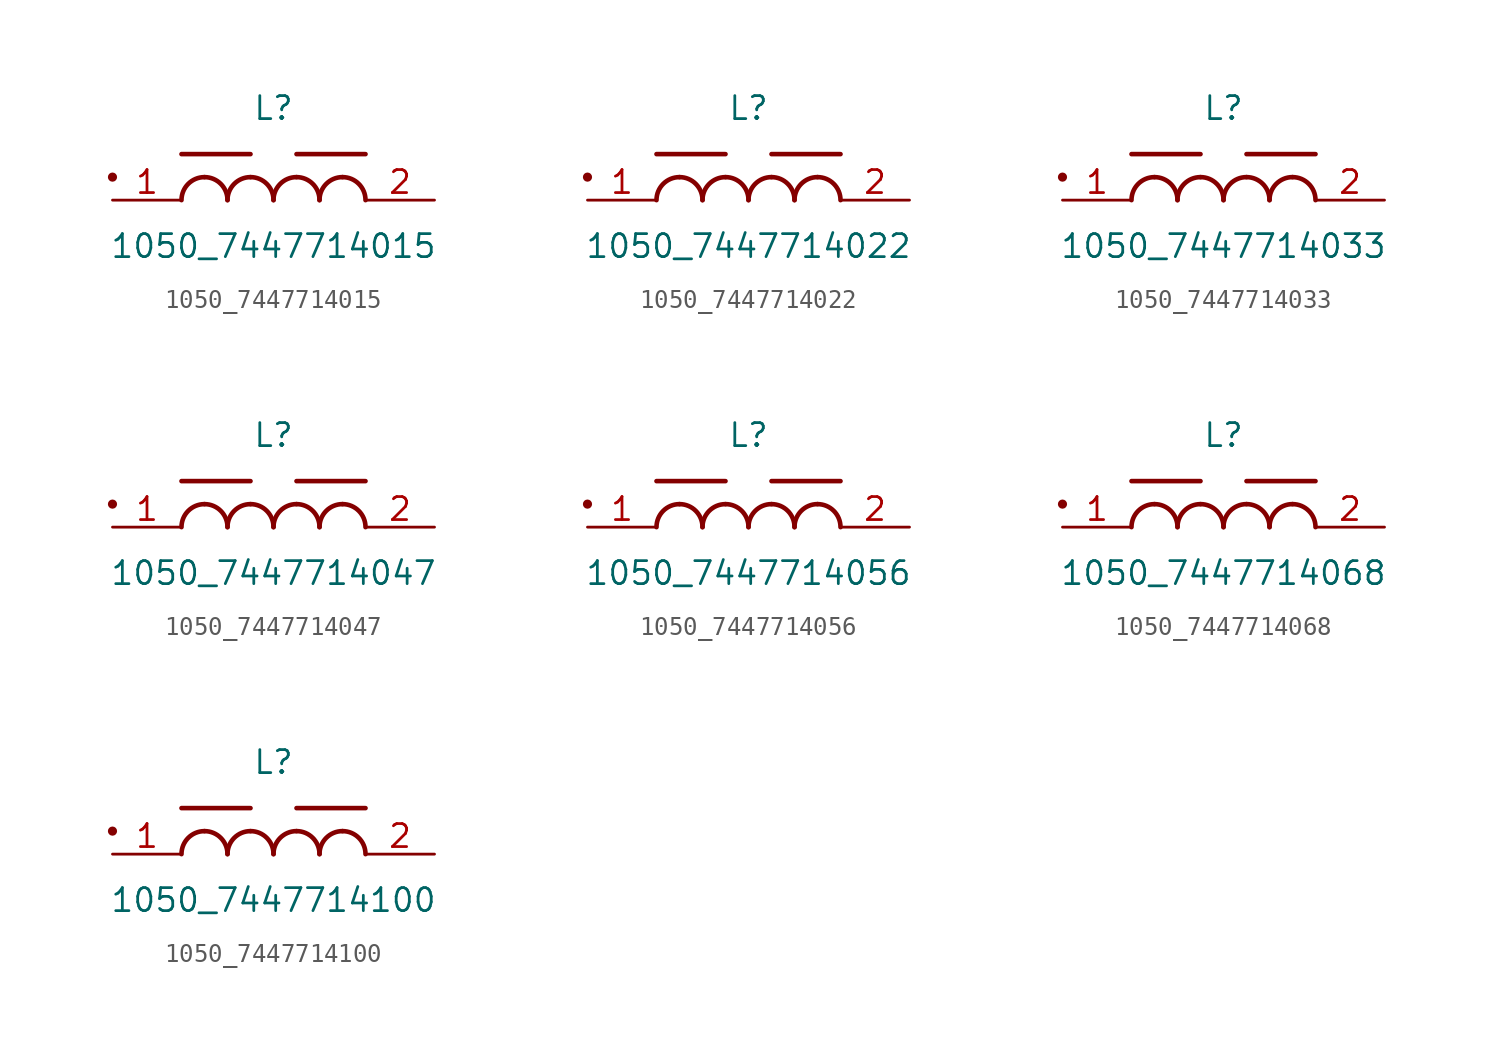
<source format=kicad_sym>
(kicad_symbol_lib
  (version 20211014)
  (generator kicad_symbol_editor)
  (symbol "Inductor_Wurth_WE-PD:1050_7447714015"
    (pin_names hide)
    (property "Reference" "L"
      (at 0 5.08 0)
      (effects (font (size 1.27 1.27))))
    (property "Value" "1050_7447714015"
      (at 0 -2.54 0)
      (effects (font (size 1.27 1.27))))
    (symbol "1050_7447714015_0_1"
      (circle (center -8.89 1.27) (radius 0.0001) (stroke (width 0.254)) (stroke (width 0.254) (type default) (color 0 0 0 0)) (fill (type none)))
      (arc (start -3.81 1.27) (mid -4.708 0.898) (end -5.08 0) (stroke (width 0.254) (type default) (color 0 0 0 0)) (fill (type none)))
      (arc (start -2.54 0) (mid -2.912 0.898) (end -3.81 1.27) (stroke (width 0.254) (type default) (color 0 0 0 0)) (fill (type none)))
      (arc (start -1.2699 1.2701) (mid -2.1679 0.8981) (end -2.5399 0.0001) (stroke (width 0.254) (type default) (color 0 0 0 0)) (fill (type none)))
      (polyline (pts (xy -5.08 2.54) (xy -1.27 2.54)) (stroke (width 0.254) (type default) (color 0 0 0 0)) (fill (type none)))
      (polyline (pts (xy 5.08 2.54) (xy 1.27 2.54)) (stroke (width 0.254) (type default) (color 0 0 0 0)) (fill (type none)))
      (arc (start 0.0001 0.0001) (mid -0.3719 0.8981) (end -1.2699 1.2701) (stroke (width 0.254) (type default) (color 0 0 0 0)) (fill (type none)))
      (arc (start 1.2701 1.2701) (mid 0.3721 0.8981) (end 0.0001 0.0001) (stroke (width 0.254) (type default) (color 0 0 0 0)) (fill (type none)))
      (arc (start 2.5401 0.0001) (mid 2.1681 0.8981) (end 1.2701 1.2701) (stroke (width 0.254) (type default) (color 0 0 0 0)) (fill (type none)))
      (arc (start 3.8101 1.2701) (mid 2.9121 0.8981) (end 2.5401 0.0001) (stroke (width 0.254) (type default) (color 0 0 0 0)) (fill (type none)))
      (arc (start 5.0801 0.0001) (mid 4.7081 0.8981) (end 3.8101 1.2701) (stroke (width 0.254) (type default) (color 0 0 0 0)) (fill (type none))))
    (symbol "1050_7447714015_1_1"
      (pin passive line (at -8.89 0 0) (length 3.81) (name "1" (effects (font (size 1.27 1.27)))) (number "1" (effects (font (size 1.27 1.27)))))
      (pin passive line (at 8.89 0 180) (length 3.81) (name "2" (effects (font (size 1.27 1.27)))) (number "2" (effects (font (size 1.27 1.27)))))))
  (symbol "Inductor_Wurth_WE-PD:1050_7447714022"
    (pin_names hide)
    (property "Reference" "L"
      (at 0 5.08 0)
      (effects (font (size 1.27 1.27))))
    (property "Value" "1050_7447714022"
      (at 0 -2.54 0)
      (effects (font (size 1.27 1.27))))
    (symbol "1050_7447714022_0_1"
      (circle (center -8.89 1.27) (radius 0.0001) (stroke (width 0.254)) (stroke (width 0.254) (type default) (color 0 0 0 0)) (fill (type none)))
      (arc (start -3.81 1.27) (mid -4.708 0.898) (end -5.08 0) (stroke (width 0.254) (type default) (color 0 0 0 0)) (fill (type none)))
      (arc (start -2.54 0) (mid -2.912 0.898) (end -3.81 1.27) (stroke (width 0.254) (type default) (color 0 0 0 0)) (fill (type none)))
      (arc (start -1.2699 1.2701) (mid -2.1679 0.8981) (end -2.5399 0.0001) (stroke (width 0.254) (type default) (color 0 0 0 0)) (fill (type none)))
      (polyline (pts (xy -5.08 2.54) (xy -1.27 2.54)) (stroke (width 0.254) (type default) (color 0 0 0 0)) (fill (type none)))
      (polyline (pts (xy 5.08 2.54) (xy 1.27 2.54)) (stroke (width 0.254) (type default) (color 0 0 0 0)) (fill (type none)))
      (arc (start 0.0001 0.0001) (mid -0.3719 0.8981) (end -1.2699 1.2701) (stroke (width 0.254) (type default) (color 0 0 0 0)) (fill (type none)))
      (arc (start 1.2701 1.2701) (mid 0.3721 0.8981) (end 0.0001 0.0001) (stroke (width 0.254) (type default) (color 0 0 0 0)) (fill (type none)))
      (arc (start 2.5401 0.0001) (mid 2.1681 0.8981) (end 1.2701 1.2701) (stroke (width 0.254) (type default) (color 0 0 0 0)) (fill (type none)))
      (arc (start 3.8101 1.2701) (mid 2.9121 0.8981) (end 2.5401 0.0001) (stroke (width 0.254) (type default) (color 0 0 0 0)) (fill (type none)))
      (arc (start 5.0801 0.0001) (mid 4.7081 0.8981) (end 3.8101 1.2701) (stroke (width 0.254) (type default) (color 0 0 0 0)) (fill (type none))))
    (symbol "1050_7447714022_1_1"
      (pin passive line (at -8.89 0 0) (length 3.81) (name "1" (effects (font (size 1.27 1.27)))) (number "1" (effects (font (size 1.27 1.27)))))
      (pin passive line (at 8.89 0 180) (length 3.81) (name "2" (effects (font (size 1.27 1.27)))) (number "2" (effects (font (size 1.27 1.27)))))))
  (symbol "Inductor_Wurth_WE-PD:1050_7447714033"
    (pin_names hide)
    (property "Reference" "L"
      (at 0 5.08 0)
      (effects (font (size 1.27 1.27))))
    (property "Value" "1050_7447714033"
      (at 0 -2.54 0)
      (effects (font (size 1.27 1.27))))
    (symbol "1050_7447714033_0_1"
      (circle (center -8.89 1.27) (radius 0.0001) (stroke (width 0.254)) (stroke (width 0.254) (type default) (color 0 0 0 0)) (fill (type none)))
      (arc (start -3.81 1.27) (mid -4.708 0.898) (end -5.08 0) (stroke (width 0.254) (type default) (color 0 0 0 0)) (fill (type none)))
      (arc (start -2.54 0) (mid -2.912 0.898) (end -3.81 1.27) (stroke (width 0.254) (type default) (color 0 0 0 0)) (fill (type none)))
      (arc (start -1.2699 1.2701) (mid -2.1679 0.8981) (end -2.5399 0.0001) (stroke (width 0.254) (type default) (color 0 0 0 0)) (fill (type none)))
      (polyline (pts (xy -5.08 2.54) (xy -1.27 2.54)) (stroke (width 0.254) (type default) (color 0 0 0 0)) (fill (type none)))
      (polyline (pts (xy 5.08 2.54) (xy 1.27 2.54)) (stroke (width 0.254) (type default) (color 0 0 0 0)) (fill (type none)))
      (arc (start 0.0001 0.0001) (mid -0.3719 0.8981) (end -1.2699 1.2701) (stroke (width 0.254) (type default) (color 0 0 0 0)) (fill (type none)))
      (arc (start 1.2701 1.2701) (mid 0.3721 0.8981) (end 0.0001 0.0001) (stroke (width 0.254) (type default) (color 0 0 0 0)) (fill (type none)))
      (arc (start 2.5401 0.0001) (mid 2.1681 0.8981) (end 1.2701 1.2701) (stroke (width 0.254) (type default) (color 0 0 0 0)) (fill (type none)))
      (arc (start 3.8101 1.2701) (mid 2.9121 0.8981) (end 2.5401 0.0001) (stroke (width 0.254) (type default) (color 0 0 0 0)) (fill (type none)))
      (arc (start 5.0801 0.0001) (mid 4.7081 0.8981) (end 3.8101 1.2701) (stroke (width 0.254) (type default) (color 0 0 0 0)) (fill (type none))))
    (symbol "1050_7447714033_1_1"
      (pin passive line (at -8.89 0 0) (length 3.81) (name "1" (effects (font (size 1.27 1.27)))) (number "1" (effects (font (size 1.27 1.27)))))
      (pin passive line (at 8.89 0 180) (length 3.81) (name "2" (effects (font (size 1.27 1.27)))) (number "2" (effects (font (size 1.27 1.27)))))))
  (symbol "Inductor_Wurth_WE-PD:1050_7447714047"
    (pin_names hide)
    (property "Reference" "L"
      (at 0 5.08 0)
      (effects (font (size 1.27 1.27))))
    (property "Value" "1050_7447714047"
      (at 0 -2.54 0)
      (effects (font (size 1.27 1.27))))
    (symbol "1050_7447714047_0_1"
      (circle (center -8.89 1.27) (radius 0.0001) (stroke (width 0.254)) (stroke (width 0.254) (type default) (color 0 0 0 0)) (fill (type none)))
      (arc (start -3.81 1.27) (mid -4.708 0.898) (end -5.08 0) (stroke (width 0.254) (type default) (color 0 0 0 0)) (fill (type none)))
      (arc (start -2.54 0) (mid -2.912 0.898) (end -3.81 1.27) (stroke (width 0.254) (type default) (color 0 0 0 0)) (fill (type none)))
      (arc (start -1.2699 1.2701) (mid -2.1679 0.8981) (end -2.5399 0.0001) (stroke (width 0.254) (type default) (color 0 0 0 0)) (fill (type none)))
      (polyline (pts (xy -5.08 2.54) (xy -1.27 2.54)) (stroke (width 0.254) (type default) (color 0 0 0 0)) (fill (type none)))
      (polyline (pts (xy 5.08 2.54) (xy 1.27 2.54)) (stroke (width 0.254) (type default) (color 0 0 0 0)) (fill (type none)))
      (arc (start 0.0001 0.0001) (mid -0.3719 0.8981) (end -1.2699 1.2701) (stroke (width 0.254) (type default) (color 0 0 0 0)) (fill (type none)))
      (arc (start 1.2701 1.2701) (mid 0.3721 0.8981) (end 0.0001 0.0001) (stroke (width 0.254) (type default) (color 0 0 0 0)) (fill (type none)))
      (arc (start 2.5401 0.0001) (mid 2.1681 0.8981) (end 1.2701 1.2701) (stroke (width 0.254) (type default) (color 0 0 0 0)) (fill (type none)))
      (arc (start 3.8101 1.2701) (mid 2.9121 0.8981) (end 2.5401 0.0001) (stroke (width 0.254) (type default) (color 0 0 0 0)) (fill (type none)))
      (arc (start 5.0801 0.0001) (mid 4.7081 0.8981) (end 3.8101 1.2701) (stroke (width 0.254) (type default) (color 0 0 0 0)) (fill (type none))))
    (symbol "1050_7447714047_1_1"
      (pin passive line (at -8.89 0 0) (length 3.81) (name "1" (effects (font (size 1.27 1.27)))) (number "1" (effects (font (size 1.27 1.27)))))
      (pin passive line (at 8.89 0 180) (length 3.81) (name "2" (effects (font (size 1.27 1.27)))) (number "2" (effects (font (size 1.27 1.27)))))))
  (symbol "Inductor_Wurth_WE-PD:1050_7447714056"
    (pin_names hide)
    (property "Reference" "L"
      (at 0 5.08 0)
      (effects (font (size 1.27 1.27))))
    (property "Value" "1050_7447714056"
      (at 0 -2.54 0)
      (effects (font (size 1.27 1.27))))
    (symbol "1050_7447714056_0_1"
      (circle (center -8.89 1.27) (radius 0.0001) (stroke (width 0.254)) (stroke (width 0.254) (type default) (color 0 0 0 0)) (fill (type none)))
      (arc (start -3.81 1.27) (mid -4.708 0.898) (end -5.08 0) (stroke (width 0.254) (type default) (color 0 0 0 0)) (fill (type none)))
      (arc (start -2.54 0) (mid -2.912 0.898) (end -3.81 1.27) (stroke (width 0.254) (type default) (color 0 0 0 0)) (fill (type none)))
      (arc (start -1.2699 1.2701) (mid -2.1679 0.8981) (end -2.5399 0.0001) (stroke (width 0.254) (type default) (color 0 0 0 0)) (fill (type none)))
      (polyline (pts (xy -5.08 2.54) (xy -1.27 2.54)) (stroke (width 0.254) (type default) (color 0 0 0 0)) (fill (type none)))
      (polyline (pts (xy 5.08 2.54) (xy 1.27 2.54)) (stroke (width 0.254) (type default) (color 0 0 0 0)) (fill (type none)))
      (arc (start 0.0001 0.0001) (mid -0.3719 0.8981) (end -1.2699 1.2701) (stroke (width 0.254) (type default) (color 0 0 0 0)) (fill (type none)))
      (arc (start 1.2701 1.2701) (mid 0.3721 0.8981) (end 0.0001 0.0001) (stroke (width 0.254) (type default) (color 0 0 0 0)) (fill (type none)))
      (arc (start 2.5401 0.0001) (mid 2.1681 0.8981) (end 1.2701 1.2701) (stroke (width 0.254) (type default) (color 0 0 0 0)) (fill (type none)))
      (arc (start 3.8101 1.2701) (mid 2.9121 0.8981) (end 2.5401 0.0001) (stroke (width 0.254) (type default) (color 0 0 0 0)) (fill (type none)))
      (arc (start 5.0801 0.0001) (mid 4.7081 0.8981) (end 3.8101 1.2701) (stroke (width 0.254) (type default) (color 0 0 0 0)) (fill (type none))))
    (symbol "1050_7447714056_1_1"
      (pin passive line (at -8.89 0 0) (length 3.81) (name "1" (effects (font (size 1.27 1.27)))) (number "1" (effects (font (size 1.27 1.27)))))
      (pin passive line (at 8.89 0 180) (length 3.81) (name "2" (effects (font (size 1.27 1.27)))) (number "2" (effects (font (size 1.27 1.27)))))))
  (symbol "Inductor_Wurth_WE-PD:1050_7447714068"
    (pin_names hide)
    (property "Reference" "L"
      (at 0 5.08 0)
      (effects (font (size 1.27 1.27))))
    (property "Value" "1050_7447714068"
      (at 0 -2.54 0)
      (effects (font (size 1.27 1.27))))
    (symbol "1050_7447714068_0_1"
      (circle (center -8.89 1.27) (radius 0.0001) (stroke (width 0.254)) (stroke (width 0.254) (type default) (color 0 0 0 0)) (fill (type none)))
      (arc (start -3.81 1.27) (mid -4.708 0.898) (end -5.08 0) (stroke (width 0.254) (type default) (color 0 0 0 0)) (fill (type none)))
      (arc (start -2.54 0) (mid -2.912 0.898) (end -3.81 1.27) (stroke (width 0.254) (type default) (color 0 0 0 0)) (fill (type none)))
      (arc (start -1.2699 1.2701) (mid -2.1679 0.8981) (end -2.5399 0.0001) (stroke (width 0.254) (type default) (color 0 0 0 0)) (fill (type none)))
      (polyline (pts (xy -5.08 2.54) (xy -1.27 2.54)) (stroke (width 0.254) (type default) (color 0 0 0 0)) (fill (type none)))
      (polyline (pts (xy 5.08 2.54) (xy 1.27 2.54)) (stroke (width 0.254) (type default) (color 0 0 0 0)) (fill (type none)))
      (arc (start 0.0001 0.0001) (mid -0.3719 0.8981) (end -1.2699 1.2701) (stroke (width 0.254) (type default) (color 0 0 0 0)) (fill (type none)))
      (arc (start 1.2701 1.2701) (mid 0.3721 0.8981) (end 0.0001 0.0001) (stroke (width 0.254) (type default) (color 0 0 0 0)) (fill (type none)))
      (arc (start 2.5401 0.0001) (mid 2.1681 0.8981) (end 1.2701 1.2701) (stroke (width 0.254) (type default) (color 0 0 0 0)) (fill (type none)))
      (arc (start 3.8101 1.2701) (mid 2.9121 0.8981) (end 2.5401 0.0001) (stroke (width 0.254) (type default) (color 0 0 0 0)) (fill (type none)))
      (arc (start 5.0801 0.0001) (mid 4.7081 0.8981) (end 3.8101 1.2701) (stroke (width 0.254) (type default) (color 0 0 0 0)) (fill (type none))))
    (symbol "1050_7447714068_1_1"
      (pin passive line (at -8.89 0 0) (length 3.81) (name "1" (effects (font (size 1.27 1.27)))) (number "1" (effects (font (size 1.27 1.27)))))
      (pin passive line (at 8.89 0 180) (length 3.81) (name "2" (effects (font (size 1.27 1.27)))) (number "2" (effects (font (size 1.27 1.27)))))))
  (symbol "Inductor_Wurth_WE-PD:1050_7447714100"
    (pin_names hide)
    (property "Reference" "L"
      (at 0 5.08 0)
      (effects (font (size 1.27 1.27))))
    (property "Value" "1050_7447714100"
      (at 0 -2.54 0)
      (effects (font (size 1.27 1.27))))
    (symbol "1050_7447714100_0_1"
      (circle (center -8.89 1.27) (radius 0.0001) (stroke (width 0.254)) (stroke (width 0.254) (type default) (color 0 0 0 0)) (fill (type none)))
      (arc (start -3.81 1.27) (mid -4.708 0.898) (end -5.08 0) (stroke (width 0.254) (type default) (color 0 0 0 0)) (fill (type none)))
      (arc (start -2.54 0) (mid -2.912 0.898) (end -3.81 1.27) (stroke (width 0.254) (type default) (color 0 0 0 0)) (fill (type none)))
      (arc (start -1.2699 1.2701) (mid -2.1679 0.8981) (end -2.5399 0.0001) (stroke (width 0.254) (type default) (color 0 0 0 0)) (fill (type none)))
      (polyline (pts (xy -5.08 2.54) (xy -1.27 2.54)) (stroke (width 0.254) (type default) (color 0 0 0 0)) (fill (type none)))
      (polyline (pts (xy 5.08 2.54) (xy 1.27 2.54)) (stroke (width 0.254) (type default) (color 0 0 0 0)) (fill (type none)))
      (arc (start 0.0001 0.0001) (mid -0.3719 0.8981) (end -1.2699 1.2701) (stroke (width 0.254) (type default) (color 0 0 0 0)) (fill (type none)))
      (arc (start 1.2701 1.2701) (mid 0.3721 0.8981) (end 0.0001 0.0001) (stroke (width 0.254) (type default) (color 0 0 0 0)) (fill (type none)))
      (arc (start 2.5401 0.0001) (mid 2.1681 0.8981) (end 1.2701 1.2701) (stroke (width 0.254) (type default) (color 0 0 0 0)) (fill (type none)))
      (arc (start 3.8101 1.2701) (mid 2.9121 0.8981) (end 2.5401 0.0001) (stroke (width 0.254) (type default) (color 0 0 0 0)) (fill (type none)))
      (arc (start 5.0801 0.0001) (mid 4.7081 0.8981) (end 3.8101 1.2701) (stroke (width 0.254) (type default) (color 0 0 0 0)) (fill (type none))))
    (symbol "1050_7447714100_1_1"
      (pin passive line (at -8.89 0 0) (length 3.81) (name "1" (effects (font (size 1.27 1.27)))) (number "1" (effects (font (size 1.27 1.27)))))
      (pin passive line (at 8.89 0 180) (length 3.81) (name "2" (effects (font (size 1.27 1.27)))) (number "2" (effects (font (size 1.27 1.27))))))))
</source>
